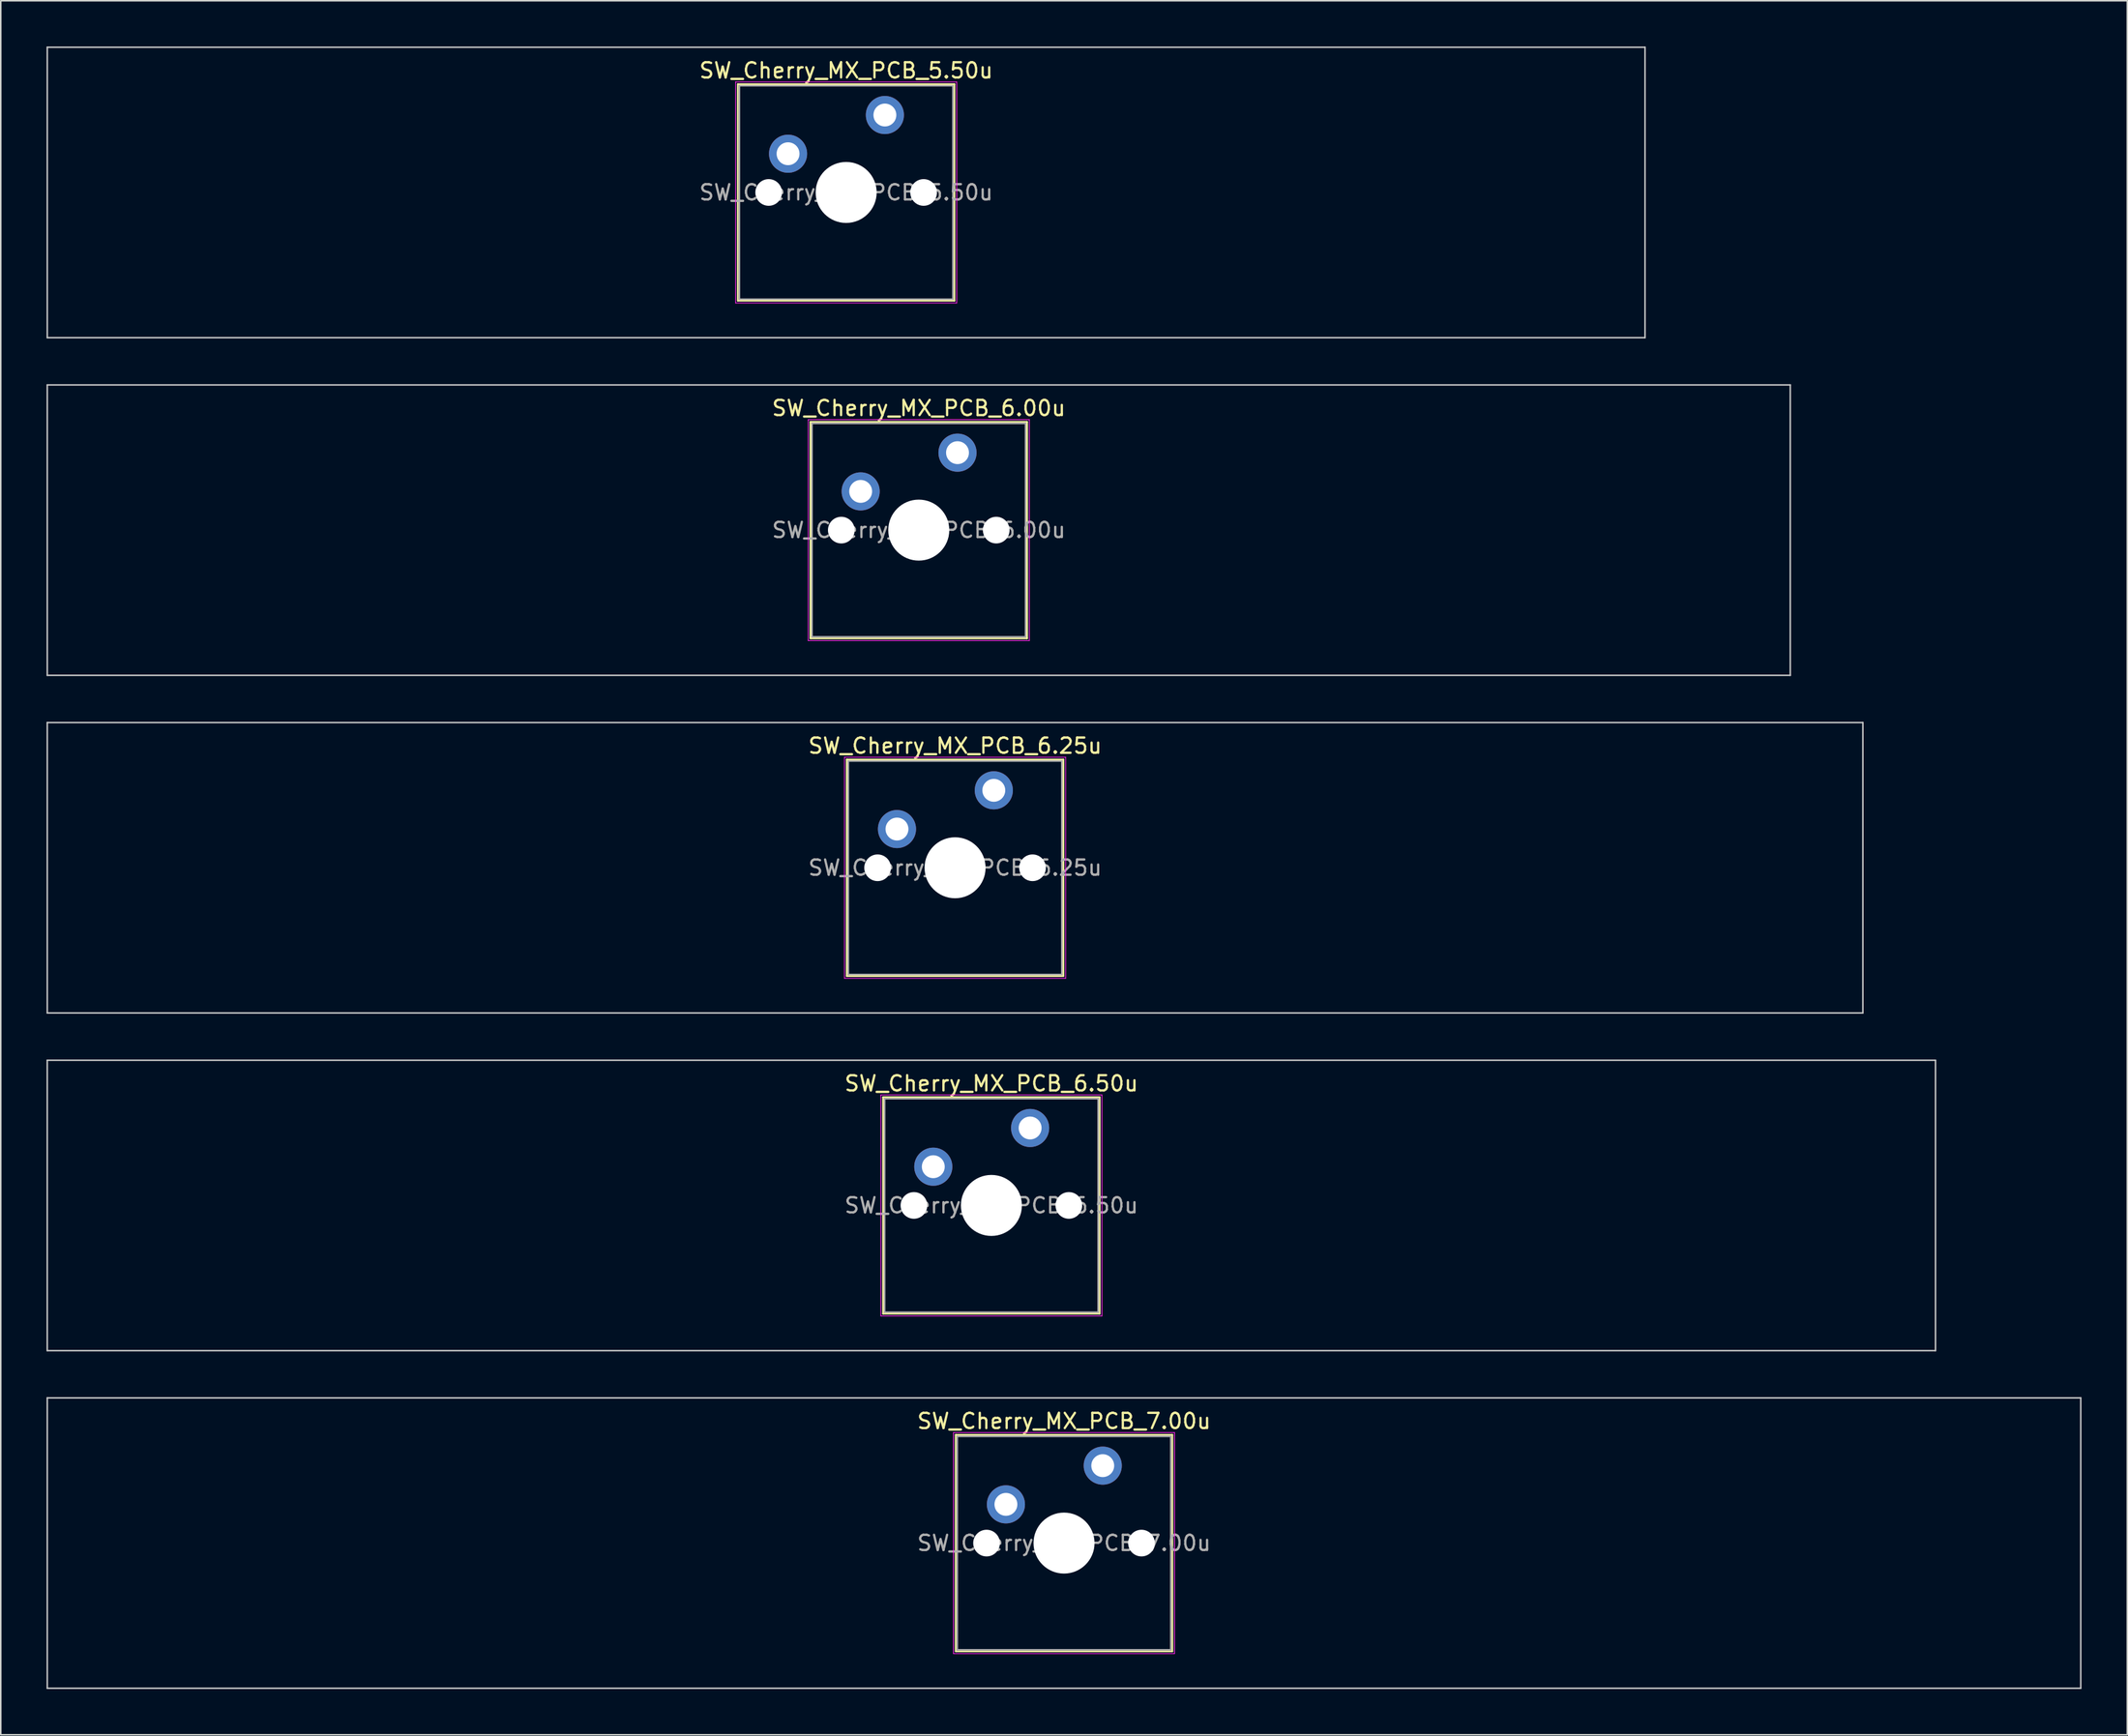
<source format=kicad_pcb>
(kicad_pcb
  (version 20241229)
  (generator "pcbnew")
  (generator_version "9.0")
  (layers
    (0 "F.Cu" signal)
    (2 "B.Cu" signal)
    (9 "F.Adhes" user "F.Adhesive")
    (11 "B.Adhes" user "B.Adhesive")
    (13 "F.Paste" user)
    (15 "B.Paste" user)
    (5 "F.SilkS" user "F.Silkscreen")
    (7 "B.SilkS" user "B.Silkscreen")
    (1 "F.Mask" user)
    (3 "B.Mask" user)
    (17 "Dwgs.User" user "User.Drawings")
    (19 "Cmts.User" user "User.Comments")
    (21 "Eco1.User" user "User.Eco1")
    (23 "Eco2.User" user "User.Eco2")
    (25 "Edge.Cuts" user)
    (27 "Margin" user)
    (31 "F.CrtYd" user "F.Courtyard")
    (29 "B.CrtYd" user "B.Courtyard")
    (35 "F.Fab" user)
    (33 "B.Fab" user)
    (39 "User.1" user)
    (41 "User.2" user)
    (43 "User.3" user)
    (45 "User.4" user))
  (footprint "SW_Cherry_MX_PCB_6.50u"
    (layer "F.Cu")
    (at 61.962 76.025)
    (property "Reference" "SW_Cherry_MX_PCB_6.50u" (at 0 -8 0) (layer "F.SilkS") (effects (font (size 1 1) (thickness 0.15))))
    (attr through_hole)
    (fp_line (start -7.1 -7.1) (end -7.1 7.1) (stroke (width 0.12) (type solid)) (layer "F.SilkS"))
    (fp_line (start -7.1 7.1) (end 7.1 7.1) (stroke (width 0.12) (type solid)) (layer "F.SilkS"))
    (fp_line (start 7.1 -7.1) (end -7.1 -7.1) (stroke (width 0.12) (type solid)) (layer "F.SilkS"))
    (fp_line (start 7.1 7.1) (end 7.1 -7.1) (stroke (width 0.12) (type solid)) (layer "F.SilkS"))
    (fp_line (start -61.913 -9.525) (end -61.913 9.525) (stroke (width 0.1) (type solid)) (layer "Dwgs.User"))
    (fp_line (start -61.913 9.525) (end 61.913 9.525) (stroke (width 0.1) (type solid)) (layer "Dwgs.User"))
    (fp_line (start 61.913 -9.525) (end -61.913 -9.525) (stroke (width 0.1) (type solid)) (layer "Dwgs.User"))
    (fp_line (start 61.913 9.525) (end 61.913 -9.525) (stroke (width 0.1) (type solid)) (layer "Dwgs.User"))
    (fp_line (start -7 -7) (end -7 7) (stroke (width 0.1) (type solid)) (layer "Eco1.User"))
    (fp_line (start -7 7) (end 7 7) (stroke (width 0.1) (type solid)) (layer "Eco1.User"))
    (fp_line (start 7 -7) (end -7 -7) (stroke (width 0.1) (type solid)) (layer "Eco1.User"))
    (fp_line (start 7 7) (end 7 -7) (stroke (width 0.1) (type solid)) (layer "Eco1.User"))
    (fp_line (start -7.25 -7.25) (end -7.25 7.25) (stroke (width 0.05) (type solid)) (layer "F.CrtYd"))
    (fp_line (start -7.25 7.25) (end 7.25 7.25) (stroke (width 0.05) (type solid)) (layer "F.CrtYd"))
    (fp_line (start 7.25 -7.25) (end -7.25 -7.25) (stroke (width 0.05) (type solid)) (layer "F.CrtYd"))
    (fp_line (start 7.25 7.25) (end 7.25 -7.25) (stroke (width 0.05) (type solid)) (layer "F.CrtYd"))
    (fp_line (start -7 -7) (end -7 7) (stroke (width 0.1) (type solid)) (layer "F.Fab"))
    (fp_line (start -7 7) (end 7 7) (stroke (width 0.1) (type solid)) (layer "F.Fab"))
    (fp_line (start 7 -7) (end -7 -7) (stroke (width 0.1) (type solid)) (layer "F.Fab"))
    (fp_line (start 7 7) (end 7 -7) (stroke (width 0.1) (type solid)) (layer "F.Fab"))
    (fp_text user "${REFERENCE}" (at 0 0 0) (layer "F.Fab") (effects (font (size 1 1) (thickness 0.15))))
    (pad "" np_thru_hole circle (at -5.08 0) (size 1.75 1.75) (drill 1.75) (layers "*.Cu" "*.Mask"))
    (pad "" smd circle (at -3.81 -2.54) (size 1.55 1.55) (layers "F.Mask"))
    (pad "" np_thru_hole circle (at 0 0) (size 4 4) (drill 4) (layers "*.Cu" "*.Mask"))
    (pad "" smd circle (at 2.54 -5.08) (size 1.55 1.55) (layers "F.Mask"))
    (pad "" np_thru_hole circle (at 5.08 0) (size 1.75 1.75) (drill 1.75) (layers "*.Cu" "*.Mask"))
    (pad "1" thru_hole circle (at -3.81 -2.54) (size 2.5 2.5) (drill 1.5) (layers "*.Cu" "B.Mask"))
    (pad "2" thru_hole circle (at 2.54 -5.08) (size 2.5 2.5) (drill 1.5) (layers "*.Cu" "B.Mask")))
  (footprint "SW_Cherry_MX_PCB_5.50u"
    (layer "F.Cu")
    (at 52.438 9.575)
    (property "Reference" "SW_Cherry_MX_PCB_5.50u" (at 0 -8 0) (layer "F.SilkS") (effects (font (size 1 1) (thickness 0.15))))
    (attr through_hole)
    (fp_line (start -7.1 -7.1) (end -7.1 7.1) (stroke (width 0.12) (type solid)) (layer "F.SilkS"))
    (fp_line (start -7.1 7.1) (end 7.1 7.1) (stroke (width 0.12) (type solid)) (layer "F.SilkS"))
    (fp_line (start 7.1 -7.1) (end -7.1 -7.1) (stroke (width 0.12) (type solid)) (layer "F.SilkS"))
    (fp_line (start 7.1 7.1) (end 7.1 -7.1) (stroke (width 0.12) (type solid)) (layer "F.SilkS"))
    (fp_line (start -52.388 -9.525) (end -52.388 9.525) (stroke (width 0.1) (type solid)) (layer "Dwgs.User"))
    (fp_line (start -52.388 9.525) (end 52.388 9.525) (stroke (width 0.1) (type solid)) (layer "Dwgs.User"))
    (fp_line (start 52.388 -9.525) (end -52.388 -9.525) (stroke (width 0.1) (type solid)) (layer "Dwgs.User"))
    (fp_line (start 52.388 9.525) (end 52.388 -9.525) (stroke (width 0.1) (type solid)) (layer "Dwgs.User"))
    (fp_line (start -7 -7) (end -7 7) (stroke (width 0.1) (type solid)) (layer "Eco1.User"))
    (fp_line (start -7 7) (end 7 7) (stroke (width 0.1) (type solid)) (layer "Eco1.User"))
    (fp_line (start 7 -7) (end -7 -7) (stroke (width 0.1) (type solid)) (layer "Eco1.User"))
    (fp_line (start 7 7) (end 7 -7) (stroke (width 0.1) (type solid)) (layer "Eco1.User"))
    (fp_line (start -7.25 -7.25) (end -7.25 7.25) (stroke (width 0.05) (type solid)) (layer "F.CrtYd"))
    (fp_line (start -7.25 7.25) (end 7.25 7.25) (stroke (width 0.05) (type solid)) (layer "F.CrtYd"))
    (fp_line (start 7.25 -7.25) (end -7.25 -7.25) (stroke (width 0.05) (type solid)) (layer "F.CrtYd"))
    (fp_line (start 7.25 7.25) (end 7.25 -7.25) (stroke (width 0.05) (type solid)) (layer "F.CrtYd"))
    (fp_line (start -7 -7) (end -7 7) (stroke (width 0.1) (type solid)) (layer "F.Fab"))
    (fp_line (start -7 7) (end 7 7) (stroke (width 0.1) (type solid)) (layer "F.Fab"))
    (fp_line (start 7 -7) (end -7 -7) (stroke (width 0.1) (type solid)) (layer "F.Fab"))
    (fp_line (start 7 7) (end 7 -7) (stroke (width 0.1) (type solid)) (layer "F.Fab"))
    (fp_text user "${REFERENCE}" (at 0 0 0) (layer "F.Fab") (effects (font (size 1 1) (thickness 0.15))))
    (pad "" np_thru_hole circle (at -5.08 0) (size 1.75 1.75) (drill 1.75) (layers "*.Cu" "*.Mask"))
    (pad "" smd circle (at -3.81 -2.54) (size 1.55 1.55) (layers "F.Mask"))
    (pad "" np_thru_hole circle (at 0 0) (size 4 4) (drill 4) (layers "*.Cu" "*.Mask"))
    (pad "" smd circle (at 2.54 -5.08) (size 1.55 1.55) (layers "F.Mask"))
    (pad "" np_thru_hole circle (at 5.08 0) (size 1.75 1.75) (drill 1.75) (layers "*.Cu" "*.Mask"))
    (pad "1" thru_hole circle (at -3.81 -2.54) (size 2.5 2.5) (drill 1.5) (layers "*.Cu" "B.Mask"))
    (pad "2" thru_hole circle (at 2.54 -5.08) (size 2.5 2.5) (drill 1.5) (layers "*.Cu" "B.Mask")))
  (footprint "SW_Cherry_MX_PCB_6.00u"
    (layer "F.Cu")
    (at 57.2 31.725)
    (property "Reference" "SW_Cherry_MX_PCB_6.00u" (at 0 -8 0) (layer "F.SilkS") (effects (font (size 1 1) (thickness 0.15))))
    (attr through_hole)
    (fp_line (start -7.1 -7.1) (end -7.1 7.1) (stroke (width 0.12) (type solid)) (layer "F.SilkS"))
    (fp_line (start -7.1 7.1) (end 7.1 7.1) (stroke (width 0.12) (type solid)) (layer "F.SilkS"))
    (fp_line (start 7.1 -7.1) (end -7.1 -7.1) (stroke (width 0.12) (type solid)) (layer "F.SilkS"))
    (fp_line (start 7.1 7.1) (end 7.1 -7.1) (stroke (width 0.12) (type solid)) (layer "F.SilkS"))
    (fp_line (start -57.15 -9.525) (end -57.15 9.525) (stroke (width 0.1) (type solid)) (layer "Dwgs.User"))
    (fp_line (start -57.15 9.525) (end 57.15 9.525) (stroke (width 0.1) (type solid)) (layer "Dwgs.User"))
    (fp_line (start 57.15 -9.525) (end -57.15 -9.525) (stroke (width 0.1) (type solid)) (layer "Dwgs.User"))
    (fp_line (start 57.15 9.525) (end 57.15 -9.525) (stroke (width 0.1) (type solid)) (layer "Dwgs.User"))
    (fp_line (start -7 -7) (end -7 7) (stroke (width 0.1) (type solid)) (layer "Eco1.User"))
    (fp_line (start -7 7) (end 7 7) (stroke (width 0.1) (type solid)) (layer "Eco1.User"))
    (fp_line (start 7 -7) (end -7 -7) (stroke (width 0.1) (type solid)) (layer "Eco1.User"))
    (fp_line (start 7 7) (end 7 -7) (stroke (width 0.1) (type solid)) (layer "Eco1.User"))
    (fp_line (start -7.25 -7.25) (end -7.25 7.25) (stroke (width 0.05) (type solid)) (layer "F.CrtYd"))
    (fp_line (start -7.25 7.25) (end 7.25 7.25) (stroke (width 0.05) (type solid)) (layer "F.CrtYd"))
    (fp_line (start 7.25 -7.25) (end -7.25 -7.25) (stroke (width 0.05) (type solid)) (layer "F.CrtYd"))
    (fp_line (start 7.25 7.25) (end 7.25 -7.25) (stroke (width 0.05) (type solid)) (layer "F.CrtYd"))
    (fp_line (start -7 -7) (end -7 7) (stroke (width 0.1) (type solid)) (layer "F.Fab"))
    (fp_line (start -7 7) (end 7 7) (stroke (width 0.1) (type solid)) (layer "F.Fab"))
    (fp_line (start 7 -7) (end -7 -7) (stroke (width 0.1) (type solid)) (layer "F.Fab"))
    (fp_line (start 7 7) (end 7 -7) (stroke (width 0.1) (type solid)) (layer "F.Fab"))
    (fp_text user "${REFERENCE}" (at 0 0 0) (layer "F.Fab") (effects (font (size 1 1) (thickness 0.15))))
    (pad "" np_thru_hole circle (at -5.08 0) (size 1.75 1.75) (drill 1.75) (layers "*.Cu" "*.Mask"))
    (pad "" np_thru_hole circle (at 0 0) (size 4 4) (drill 4) (layers "*.Cu" "*.Mask"))
    (pad "" np_thru_hole circle (at 5.08 0) (size 1.75 1.75) (drill 1.75) (layers "*.Cu" "*.Mask"))
    (pad "1" thru_hole circle (at -3.81 -2.54) (size 2.5 2.5) (drill 1.5) (layers "*.Cu" "*.Mask"))
    (pad "2" thru_hole circle (at 2.54 -5.08) (size 2.5 2.5) (drill 1.5) (layers "*.Cu" "*.Mask")))
  (footprint "SW_Cherry_MX_PCB_7.00u"
    (layer "F.Cu")
    (at 66.725 98.175)
    (property "Reference" "SW_Cherry_MX_PCB_7.00u" (at 0 -8 0) (layer "F.SilkS") (effects (font (size 1 1) (thickness 0.15))))
    (attr through_hole)
    (fp_line (start -7.1 -7.1) (end -7.1 7.1) (stroke (width 0.12) (type solid)) (layer "F.SilkS"))
    (fp_line (start -7.1 7.1) (end 7.1 7.1) (stroke (width 0.12) (type solid)) (layer "F.SilkS"))
    (fp_line (start 7.1 -7.1) (end -7.1 -7.1) (stroke (width 0.12) (type solid)) (layer "F.SilkS"))
    (fp_line (start 7.1 7.1) (end 7.1 -7.1) (stroke (width 0.12) (type solid)) (layer "F.SilkS"))
    (fp_line (start -66.675 -9.525) (end -66.675 9.525) (stroke (width 0.1) (type solid)) (layer "Dwgs.User"))
    (fp_line (start -66.675 9.525) (end 66.675 9.525) (stroke (width 0.1) (type solid)) (layer "Dwgs.User"))
    (fp_line (start 66.675 -9.525) (end -66.675 -9.525) (stroke (width 0.1) (type solid)) (layer "Dwgs.User"))
    (fp_line (start 66.675 9.525) (end 66.675 -9.525) (stroke (width 0.1) (type solid)) (layer "Dwgs.User"))
    (fp_line (start -7 -7) (end -7 7) (stroke (width 0.1) (type solid)) (layer "Eco1.User"))
    (fp_line (start -7 7) (end 7 7) (stroke (width 0.1) (type solid)) (layer "Eco1.User"))
    (fp_line (start 7 -7) (end -7 -7) (stroke (width 0.1) (type solid)) (layer "Eco1.User"))
    (fp_line (start 7 7) (end 7 -7) (stroke (width 0.1) (type solid)) (layer "Eco1.User"))
    (fp_line (start -7.25 -7.25) (end -7.25 7.25) (stroke (width 0.05) (type solid)) (layer "F.CrtYd"))
    (fp_line (start -7.25 7.25) (end 7.25 7.25) (stroke (width 0.05) (type solid)) (layer "F.CrtYd"))
    (fp_line (start 7.25 -7.25) (end -7.25 -7.25) (stroke (width 0.05) (type solid)) (layer "F.CrtYd"))
    (fp_line (start 7.25 7.25) (end 7.25 -7.25) (stroke (width 0.05) (type solid)) (layer "F.CrtYd"))
    (fp_line (start -7 -7) (end -7 7) (stroke (width 0.1) (type solid)) (layer "F.Fab"))
    (fp_line (start -7 7) (end 7 7) (stroke (width 0.1) (type solid)) (layer "F.Fab"))
    (fp_line (start 7 -7) (end -7 -7) (stroke (width 0.1) (type solid)) (layer "F.Fab"))
    (fp_line (start 7 7) (end 7 -7) (stroke (width 0.1) (type solid)) (layer "F.Fab"))
    (fp_text user "${REFERENCE}" (at 0 0 0) (layer "F.Fab") (effects (font (size 1 1) (thickness 0.15))))
    (pad "" np_thru_hole circle (at -5.08 0) (size 1.75 1.75) (drill 1.75) (layers "*.Cu" "*.Mask"))
    (pad "" smd circle (at -3.81 -2.54) (size 1.55 1.55) (layers "F.Mask"))
    (pad "" np_thru_hole circle (at 0 0) (size 4 4) (drill 4) (layers "*.Cu" "*.Mask"))
    (pad "" smd circle (at 2.54 -5.08) (size 1.55 1.55) (layers "F.Mask"))
    (pad "" np_thru_hole circle (at 5.08 0) (size 1.75 1.75) (drill 1.75) (layers "*.Cu" "*.Mask"))
    (pad "1" thru_hole circle (at -3.81 -2.54) (size 2.5 2.5) (drill 1.5) (layers "*.Cu" "B.Mask"))
    (pad "2" thru_hole circle (at 2.54 -5.08) (size 2.5 2.5) (drill 1.5) (layers "*.Cu" "B.Mask")))
  (footprint "SW_Cherry_MX_PCB_6.25u"
    (layer "F.Cu")
    (at 59.581 53.875)
    (property "Reference" "SW_Cherry_MX_PCB_6.25u" (at 0 -8 0) (layer "F.SilkS") (effects (font (size 1 1) (thickness 0.15))))
    (attr through_hole)
    (fp_line (start -7.1 -7.1) (end -7.1 7.1) (stroke (width 0.12) (type solid)) (layer "F.SilkS"))
    (fp_line (start -7.1 7.1) (end 7.1 7.1) (stroke (width 0.12) (type solid)) (layer "F.SilkS"))
    (fp_line (start 7.1 -7.1) (end -7.1 -7.1) (stroke (width 0.12) (type solid)) (layer "F.SilkS"))
    (fp_line (start 7.1 7.1) (end 7.1 -7.1) (stroke (width 0.12) (type solid)) (layer "F.SilkS"))
    (fp_line (start -59.531 -9.525) (end -59.531 9.525) (stroke (width 0.1) (type solid)) (layer "Dwgs.User"))
    (fp_line (start -59.531 9.525) (end 59.531 9.525) (stroke (width 0.1) (type solid)) (layer "Dwgs.User"))
    (fp_line (start 59.531 -9.525) (end -59.531 -9.525) (stroke (width 0.1) (type solid)) (layer "Dwgs.User"))
    (fp_line (start 59.531 9.525) (end 59.531 -9.525) (stroke (width 0.1) (type solid)) (layer "Dwgs.User"))
    (fp_line (start -7 -7) (end -7 7) (stroke (width 0.1) (type solid)) (layer "Eco1.User"))
    (fp_line (start -7 7) (end 7 7) (stroke (width 0.1) (type solid)) (layer "Eco1.User"))
    (fp_line (start 7 -7) (end -7 -7) (stroke (width 0.1) (type solid)) (layer "Eco1.User"))
    (fp_line (start 7 7) (end 7 -7) (stroke (width 0.1) (type solid)) (layer "Eco1.User"))
    (fp_line (start -7.25 -7.25) (end -7.25 7.25) (stroke (width 0.05) (type solid)) (layer "F.CrtYd"))
    (fp_line (start -7.25 7.25) (end 7.25 7.25) (stroke (width 0.05) (type solid)) (layer "F.CrtYd"))
    (fp_line (start 7.25 -7.25) (end -7.25 -7.25) (stroke (width 0.05) (type solid)) (layer "F.CrtYd"))
    (fp_line (start 7.25 7.25) (end 7.25 -7.25) (stroke (width 0.05) (type solid)) (layer "F.CrtYd"))
    (fp_line (start -7 -7) (end -7 7) (stroke (width 0.1) (type solid)) (layer "F.Fab"))
    (fp_line (start -7 7) (end 7 7) (stroke (width 0.1) (type solid)) (layer "F.Fab"))
    (fp_line (start 7 -7) (end -7 -7) (stroke (width 0.1) (type solid)) (layer "F.Fab"))
    (fp_line (start 7 7) (end 7 -7) (stroke (width 0.1) (type solid)) (layer "F.Fab"))
    (fp_text user "${REFERENCE}" (at 0 0 0) (layer "F.Fab") (effects (font (size 1 1) (thickness 0.15))))
    (pad "" np_thru_hole circle (at -5.08 0) (size 1.75 1.75) (drill 1.75) (layers "*.Cu" "*.Mask"))
    (pad "" smd circle (at -3.81 -2.54) (size 1.55 1.55) (layers "F.Mask"))
    (pad "" np_thru_hole circle (at 0 0) (size 4 4) (drill 4) (layers "*.Cu" "*.Mask"))
    (pad "" smd circle (at 2.54 -5.08) (size 1.55 1.55) (layers "F.Mask"))
    (pad "" np_thru_hole circle (at 5.08 0) (size 1.75 1.75) (drill 1.75) (layers "*.Cu" "*.Mask"))
    (pad "1" thru_hole circle (at -3.81 -2.54) (size 2.5 2.5) (drill 1.5) (layers "*.Cu" "B.Mask"))
    (pad "2" thru_hole circle (at 2.54 -5.08) (size 2.5 2.5) (drill 1.5) (layers "*.Cu" "B.Mask")))
  (gr_rect
    (start -3 -3)
    (end 136.45 110.75)
    (stroke (width 0.1) (type default))
    (fill no)
    (layer "Edge.Cuts")))
</source>
